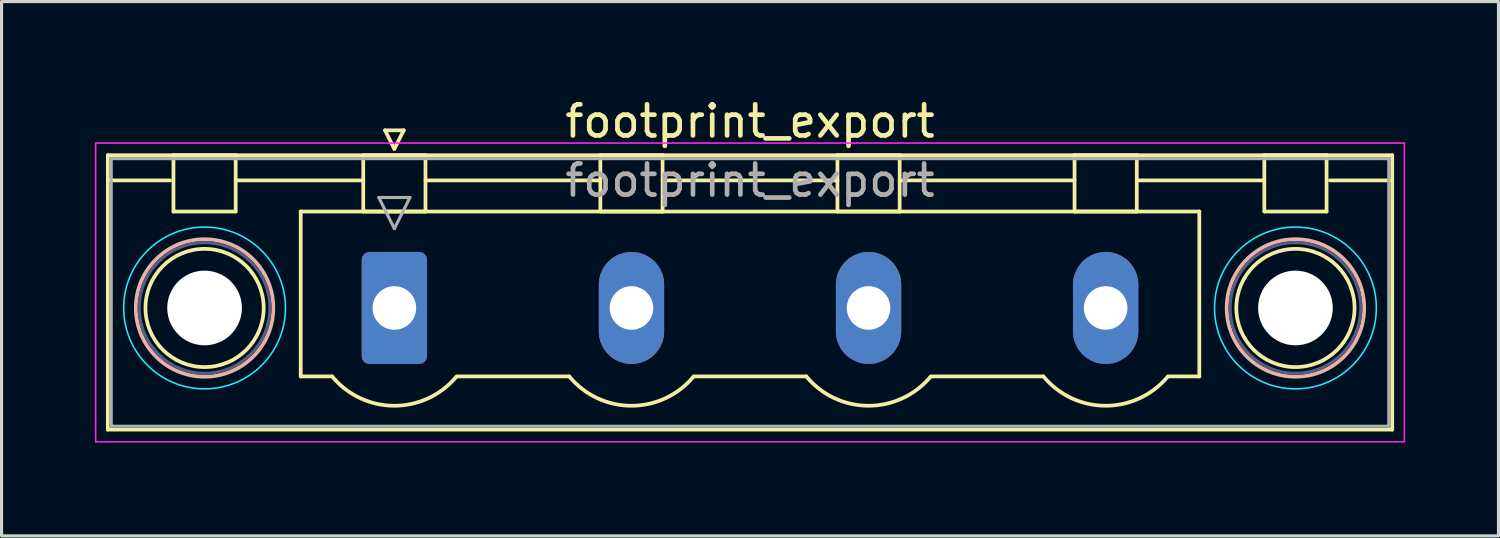
<source format=kicad_pcb>
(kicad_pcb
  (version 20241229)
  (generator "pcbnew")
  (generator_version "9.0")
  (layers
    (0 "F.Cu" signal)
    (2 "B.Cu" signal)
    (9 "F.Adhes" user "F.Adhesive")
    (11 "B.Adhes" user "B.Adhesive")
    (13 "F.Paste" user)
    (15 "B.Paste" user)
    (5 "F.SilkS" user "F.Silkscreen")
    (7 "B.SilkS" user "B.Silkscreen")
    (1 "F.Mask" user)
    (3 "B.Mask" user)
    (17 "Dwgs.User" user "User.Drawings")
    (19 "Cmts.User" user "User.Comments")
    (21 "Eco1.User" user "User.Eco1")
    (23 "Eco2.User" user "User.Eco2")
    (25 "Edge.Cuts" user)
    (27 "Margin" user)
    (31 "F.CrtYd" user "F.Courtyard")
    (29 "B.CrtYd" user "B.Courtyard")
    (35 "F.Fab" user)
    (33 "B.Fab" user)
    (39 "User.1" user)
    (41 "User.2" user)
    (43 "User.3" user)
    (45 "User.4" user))
  (footprint "footprint_export"
    (layer "F.Cu")
    (at 9.625 6.848)
    (property "Reference" "footprint_export" (at 11.43 -6 0) (layer "F.SilkS") (effects (font (size 1 1) (thickness 0.15))))
    (attr through_hole)
    (fp_line (start -9.21 -4.91) (end -9.21 3.91) (stroke (width 0.12) (type solid)) (layer "F.SilkS"))
    (fp_line (start -9.21 -4.1) (end -7.21 -4.1) (stroke (width 0.12) (type solid)) (layer "F.SilkS"))
    (fp_line (start -9.21 3.91) (end 32.07 3.91) (stroke (width 0.12) (type solid)) (layer "F.SilkS"))
    (fp_line (start -7.1 -4.91) (end -5.1 -4.91) (stroke (width 0.12) (type solid)) (layer "F.SilkS"))
    (fp_line (start -7.1 -3.1) (end -7.1 -4.91) (stroke (width 0.12) (type solid)) (layer "F.SilkS"))
    (fp_line (start -5.1 -4.91) (end -5.1 -3.1) (stroke (width 0.12) (type solid)) (layer "F.SilkS"))
    (fp_line (start -5.1 -4.1) (end -1 -4.1) (stroke (width 0.12) (type solid)) (layer "F.SilkS"))
    (fp_line (start -5.1 -3.1) (end -7.1 -3.1) (stroke (width 0.12) (type solid)) (layer "F.SilkS"))
    (fp_line (start -3.01 -3.1) (end 25.87 -3.1) (stroke (width 0.12) (type solid)) (layer "F.SilkS"))
    (fp_line (start -3.01 2.2) (end -3.01 -3.1) (stroke (width 0.12) (type solid)) (layer "F.SilkS"))
    (fp_line (start -2 2.2) (end -3.01 2.2) (stroke (width 0.12) (type solid)) (layer "F.SilkS"))
    (fp_line (start -1 -4.91) (end 1 -4.91) (stroke (width 0.12) (type solid)) (layer "F.SilkS"))
    (fp_line (start -1 -3.1) (end -1 -4.91) (stroke (width 0.12) (type solid)) (layer "F.SilkS"))
    (fp_line (start -0.3 -5.71) (end 0.3 -5.71) (stroke (width 0.12) (type solid)) (layer "F.SilkS"))
    (fp_line (start 0 -5.11) (end -0.3 -5.71) (stroke (width 0.12) (type solid)) (layer "F.SilkS"))
    (fp_line (start 0.3 -5.71) (end 0 -5.11) (stroke (width 0.12) (type solid)) (layer "F.SilkS"))
    (fp_line (start 1 -4.91) (end 1 -3.1) (stroke (width 0.12) (type solid)) (layer "F.SilkS"))
    (fp_line (start 1 -4.1) (end 6.62 -4.1) (stroke (width 0.12) (type solid)) (layer "F.SilkS"))
    (fp_line (start 1 -3.1) (end -1 -3.1) (stroke (width 0.12) (type solid)) (layer "F.SilkS"))
    (fp_line (start 2 2.2) (end 5.62 2.2) (stroke (width 0.12) (type solid)) (layer "F.SilkS"))
    (fp_line (start 6.62 -4.91) (end 8.62 -4.91) (stroke (width 0.12) (type solid)) (layer "F.SilkS"))
    (fp_line (start 6.62 -3.1) (end 6.62 -4.91) (stroke (width 0.12) (type solid)) (layer "F.SilkS"))
    (fp_line (start 8.62 -4.91) (end 8.62 -3.1) (stroke (width 0.12) (type solid)) (layer "F.SilkS"))
    (fp_line (start 8.62 -4.1) (end 14.24 -4.1) (stroke (width 0.12) (type solid)) (layer "F.SilkS"))
    (fp_line (start 8.62 -3.1) (end 6.62 -3.1) (stroke (width 0.12) (type solid)) (layer "F.SilkS"))
    (fp_line (start 9.62 2.2) (end 13.24 2.2) (stroke (width 0.12) (type solid)) (layer "F.SilkS"))
    (fp_line (start 14.24 -4.91) (end 16.24 -4.91) (stroke (width 0.12) (type solid)) (layer "F.SilkS"))
    (fp_line (start 14.24 -3.1) (end 14.24 -4.91) (stroke (width 0.12) (type solid)) (layer "F.SilkS"))
    (fp_line (start 16.24 -4.91) (end 16.24 -3.1) (stroke (width 0.12) (type solid)) (layer "F.SilkS"))
    (fp_line (start 16.24 -4.1) (end 21.86 -4.1) (stroke (width 0.12) (type solid)) (layer "F.SilkS"))
    (fp_line (start 16.24 -3.1) (end 14.24 -3.1) (stroke (width 0.12) (type solid)) (layer "F.SilkS"))
    (fp_line (start 17.24 2.2) (end 20.86 2.2) (stroke (width 0.12) (type solid)) (layer "F.SilkS"))
    (fp_line (start 21.86 -4.91) (end 23.86 -4.91) (stroke (width 0.12) (type solid)) (layer "F.SilkS"))
    (fp_line (start 21.86 -3.1) (end 21.86 -4.91) (stroke (width 0.12) (type solid)) (layer "F.SilkS"))
    (fp_line (start 23.86 -4.91) (end 23.86 -3.1) (stroke (width 0.12) (type solid)) (layer "F.SilkS"))
    (fp_line (start 23.86 -4.1) (end 27.96 -4.1) (stroke (width 0.12) (type solid)) (layer "F.SilkS"))
    (fp_line (start 23.86 -3.1) (end 21.86 -3.1) (stroke (width 0.12) (type solid)) (layer "F.SilkS"))
    (fp_line (start 25.87 -3.1) (end 25.87 2.2) (stroke (width 0.12) (type solid)) (layer "F.SilkS"))
    (fp_line (start 25.87 2.2) (end 24.86 2.2) (stroke (width 0.12) (type solid)) (layer "F.SilkS"))
    (fp_line (start 27.96 -4.91) (end 29.96 -4.91) (stroke (width 0.12) (type solid)) (layer "F.SilkS"))
    (fp_line (start 27.96 -3.1) (end 27.96 -4.91) (stroke (width 0.12) (type solid)) (layer "F.SilkS"))
    (fp_line (start 29.96 -4.91) (end 29.96 -3.1) (stroke (width 0.12) (type solid)) (layer "F.SilkS"))
    (fp_line (start 29.96 -3.1) (end 27.96 -3.1) (stroke (width 0.12) (type solid)) (layer "F.SilkS"))
    (fp_line (start 32.07 -4.91) (end -9.21 -4.91) (stroke (width 0.12) (type solid)) (layer "F.SilkS"))
    (fp_line (start 32.07 -4.1) (end 30.07 -4.1) (stroke (width 0.12) (type solid)) (layer "F.SilkS"))
    (fp_line (start 32.07 3.91) (end 32.07 -4.91) (stroke (width 0.12) (type solid)) (layer "F.SilkS"))
    (fp_arc (start 1.986842 2.215821) (mid -0.010289 3.142758) (end -2 2.2) (stroke (width 0.12) (type solid)) (layer "F.SilkS"))
    (fp_arc (start 9.606842 2.215821) (mid 7.609711 3.142758) (end 5.62 2.2) (stroke (width 0.12) (type solid)) (layer "F.SilkS"))
    (fp_arc (start 17.226842 2.215821) (mid 15.229711 3.142758) (end 13.24 2.2) (stroke (width 0.12) (type solid)) (layer "F.SilkS"))
    (fp_arc (start 24.846842 2.215821) (mid 22.849711 3.142758) (end 20.86 2.2) (stroke (width 0.12) (type solid)) (layer "F.SilkS"))
    (fp_circle (center -6.1 0) (end -4.2 0) (stroke (width 0.12) (type solid)) (fill no) (layer "F.SilkS"))
    (fp_circle (center 28.96 0) (end 30.86 0) (stroke (width 0.12) (type solid)) (fill no) (layer "F.SilkS"))
    (fp_circle (center -6.1 0) (end -3.89 0) (stroke (width 0.12) (type solid)) (fill no) (layer "B.SilkS"))
    (fp_circle (center 28.96 0) (end 31.17 0) (stroke (width 0.12) (type solid)) (fill no) (layer "B.SilkS"))
    (fp_circle (center -6.1 0) (end -3.5 0) (stroke (width 0.05) (type solid)) (fill no) (layer "B.CrtYd"))
    (fp_circle (center 28.96 0) (end 31.56 0) (stroke (width 0.05) (type solid)) (fill no) (layer "B.CrtYd"))
    (fp_line (start -9.6 -5.3) (end -9.6 4.3) (stroke (width 0.05) (type solid)) (layer "F.CrtYd"))
    (fp_line (start -9.6 4.3) (end 32.46 4.3) (stroke (width 0.05) (type solid)) (layer "F.CrtYd"))
    (fp_line (start 32.46 -5.3) (end -9.6 -5.3) (stroke (width 0.05) (type solid)) (layer "F.CrtYd"))
    (fp_line (start 32.46 4.3) (end 32.46 -5.3) (stroke (width 0.05) (type solid)) (layer "F.CrtYd"))
    (fp_circle (center -6.1 0) (end -4 0) (stroke (width 0.1) (type solid)) (fill no) (layer "B.Fab"))
    (fp_circle (center 28.96 0) (end 31.06 0) (stroke (width 0.1) (type solid)) (fill no) (layer "B.Fab"))
    (fp_line (start -9.1 -4.8) (end -9.1 3.8) (stroke (width 0.1) (type solid)) (layer "F.Fab"))
    (fp_line (start -9.1 3.8) (end 31.96 3.8) (stroke (width 0.1) (type solid)) (layer "F.Fab"))
    (fp_line (start -0.5 -3.55) (end 0.5 -3.55) (stroke (width 0.1) (type solid)) (layer "F.Fab"))
    (fp_line (start 0 -2.55) (end -0.5 -3.55) (stroke (width 0.1) (type solid)) (layer "F.Fab"))
    (fp_line (start 0.5 -3.55) (end 0 -2.55) (stroke (width 0.1) (type solid)) (layer "F.Fab"))
    (fp_line (start 31.96 -4.8) (end -9.1 -4.8) (stroke (width 0.1) (type solid)) (layer "F.Fab"))
    (fp_line (start 31.96 3.8) (end 31.96 -4.8) (stroke (width 0.1) (type solid)) (layer "F.Fab"))
    (fp_text user "${REFERENCE}" (at 11.43 -4.1 0) (layer "F.Fab") (effects (font (size 1 1) (thickness 0.15))))
    (pad "" np_thru_hole circle (at -6.1 0) (size 2.4 2.4) (drill 2.4) (layers "*.Cu" "*.Mask"))
    (pad "" np_thru_hole circle (at 28.96 0) (size 2.4 2.4) (drill 2.4) (layers "*.Cu" "*.Mask"))
    (pad "1" thru_hole roundrect (at 0 0) (size 2.1 3.6) (drill 1.4) (layers "*.Cu" "*.Mask") (roundrect_rratio 0.119))
    (pad "2" thru_hole oval (at 7.62 0) (size 2.1 3.6) (drill 1.4) (layers "*.Cu" "*.Mask"))
    (pad "3" thru_hole oval (at 15.24 0) (size 2.1 3.6) (drill 1.4) (layers "*.Cu" "*.Mask"))
    (pad "4" thru_hole oval (at 22.86 0) (size 2.1 3.6) (drill 1.4) (layers "*.Cu" "*.Mask")))
  (gr_rect
    (start -3 -3)
    (end 45.11 14.173)
    (stroke (width 0.1) (type default))
    (fill no)
    (layer "Edge.Cuts")))
</source>
